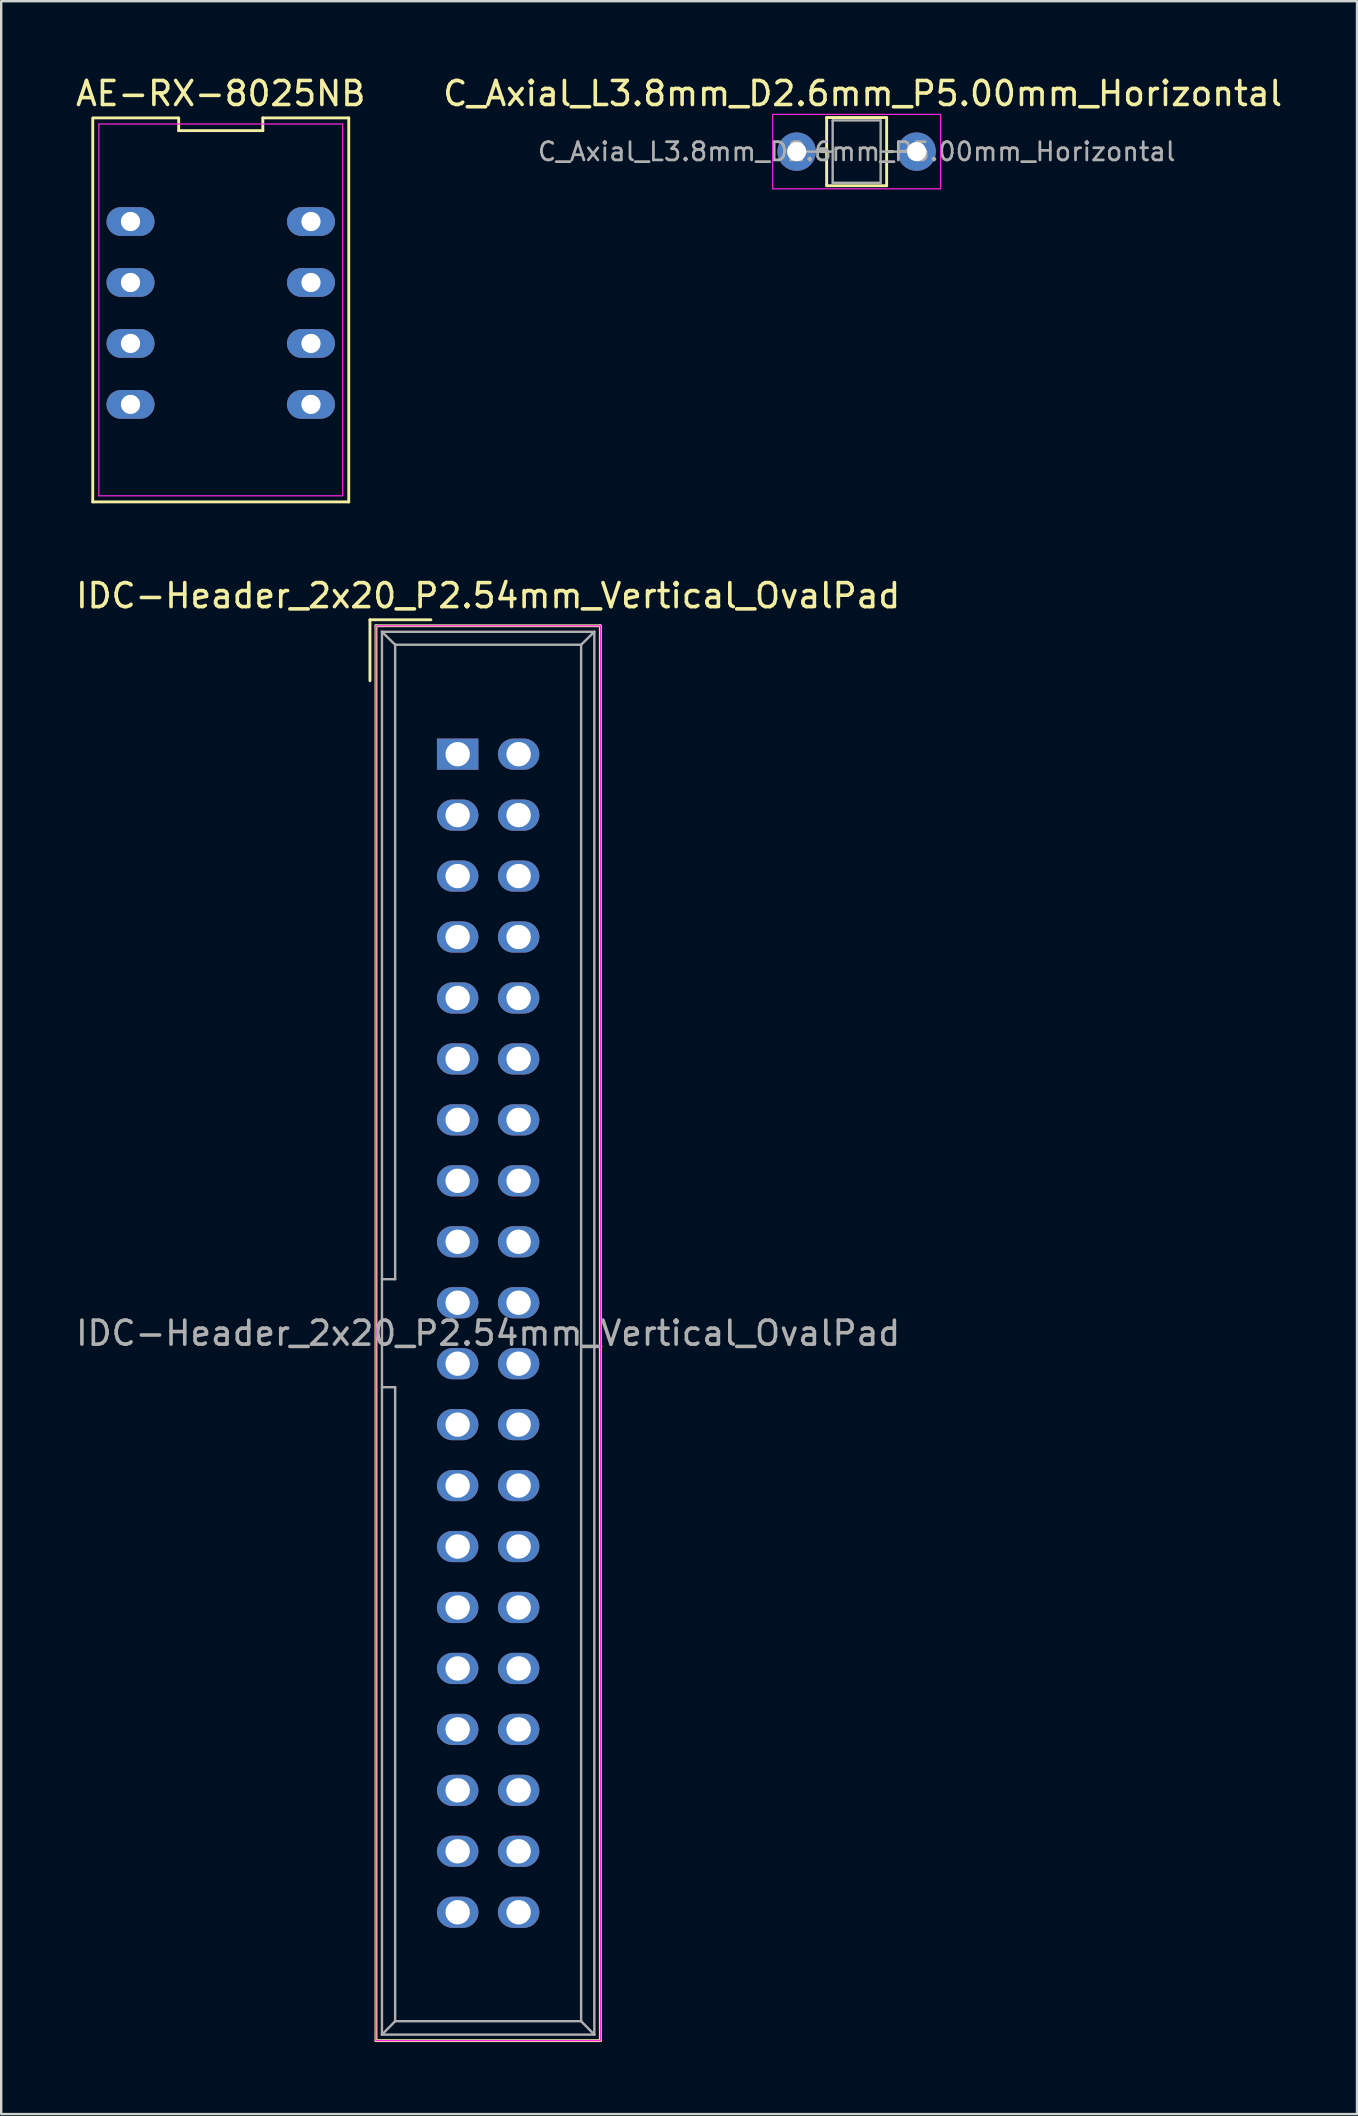
<source format=kicad_pcb>
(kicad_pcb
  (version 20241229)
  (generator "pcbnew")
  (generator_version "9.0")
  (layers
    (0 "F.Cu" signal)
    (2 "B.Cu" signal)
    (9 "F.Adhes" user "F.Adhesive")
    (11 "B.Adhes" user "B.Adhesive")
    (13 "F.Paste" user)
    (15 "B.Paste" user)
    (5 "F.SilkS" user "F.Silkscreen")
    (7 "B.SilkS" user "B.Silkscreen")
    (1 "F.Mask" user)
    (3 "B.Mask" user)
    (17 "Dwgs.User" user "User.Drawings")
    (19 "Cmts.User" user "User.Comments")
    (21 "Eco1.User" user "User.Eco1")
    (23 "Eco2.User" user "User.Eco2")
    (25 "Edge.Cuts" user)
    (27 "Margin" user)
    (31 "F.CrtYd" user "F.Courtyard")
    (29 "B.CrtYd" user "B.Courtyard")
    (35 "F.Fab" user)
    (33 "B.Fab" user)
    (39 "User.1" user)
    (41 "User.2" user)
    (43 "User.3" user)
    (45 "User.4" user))
  (footprint "IDC-Header_2x20_P2.54mm_Vertical_OvalPad"
    (layer "F.Cu")
    (at 16.022 28.378)
    (property "Reference" "IDC-Header_2x20_P2.54mm_Vertical_OvalPad" (at 1.27 -6.604 0) (layer "F.SilkS") (effects (font (size 1 1) (thickness 0.15))))
    (attr through_hole)
    (fp_line (start -3.655 -5.6) (end -3.655 -3.06) (stroke (width 0.12) (type solid)) (layer "F.SilkS"))
    (fp_line (start -3.655 -5.6) (end -1.115 -5.6) (stroke (width 0.12) (type solid)) (layer "F.SilkS"))
    (fp_line (start -3.405 -5.35) (end 5.945 -5.35) (stroke (width 0.12) (type solid)) (layer "F.SilkS"))
    (fp_line (start -3.405 53.61) (end -3.405 -5.35) (stroke (width 0.12) (type solid)) (layer "F.SilkS"))
    (fp_line (start 5.945 -5.35) (end 5.945 53.61) (stroke (width 0.12) (type solid)) (layer "F.SilkS"))
    (fp_line (start 5.945 53.61) (end -3.405 53.61) (stroke (width 0.12) (type solid)) (layer "F.SilkS"))
    (fp_line (start -3.41 -5.35) (end 5.95 -5.35) (stroke (width 0.05) (type solid)) (layer "F.CrtYd"))
    (fp_line (start -3.41 53.61) (end -3.41 -5.35) (stroke (width 0.05) (type solid)) (layer "F.CrtYd"))
    (fp_line (start 5.95 -5.35) (end 5.95 53.61) (stroke (width 0.05) (type solid)) (layer "F.CrtYd"))
    (fp_line (start 5.95 53.61) (end -3.41 53.61) (stroke (width 0.05) (type solid)) (layer "F.CrtYd"))
    (fp_line (start -3.155 -5.1) (end -3.155 53.36) (stroke (width 0.1) (type solid)) (layer "F.Fab"))
    (fp_line (start -3.155 -5.1) (end -2.605 -4.56) (stroke (width 0.1) (type solid)) (layer "F.Fab"))
    (fp_line (start -3.155 53.36) (end -2.605 52.8) (stroke (width 0.1) (type solid)) (layer "F.Fab"))
    (fp_line (start -2.605 -4.56) (end -2.605 21.88) (stroke (width 0.1) (type solid)) (layer "F.Fab"))
    (fp_line (start -2.605 21.88) (end -3.155 21.88) (stroke (width 0.1) (type solid)) (layer "F.Fab"))
    (fp_line (start -2.605 26.38) (end -3.155 26.38) (stroke (width 0.1) (type solid)) (layer "F.Fab"))
    (fp_line (start -2.605 26.38) (end -2.605 52.8) (stroke (width 0.1) (type solid)) (layer "F.Fab"))
    (fp_line (start 5.145 -4.56) (end -2.605 -4.56) (stroke (width 0.1) (type solid)) (layer "F.Fab"))
    (fp_line (start 5.145 -4.56) (end 5.145 52.8) (stroke (width 0.1) (type solid)) (layer "F.Fab"))
    (fp_line (start 5.145 52.8) (end -2.605 52.8) (stroke (width 0.1) (type solid)) (layer "F.Fab"))
    (fp_line (start 5.695 -5.1) (end -3.155 -5.1) (stroke (width 0.1) (type solid)) (layer "F.Fab"))
    (fp_line (start 5.695 -5.1) (end 5.145 -4.56) (stroke (width 0.1) (type solid)) (layer "F.Fab"))
    (fp_line (start 5.695 -5.1) (end 5.695 53.36) (stroke (width 0.1) (type solid)) (layer "F.Fab"))
    (fp_line (start 5.695 53.36) (end -3.155 53.36) (stroke (width 0.1) (type solid)) (layer "F.Fab"))
    (fp_line (start 5.695 53.36) (end 5.145 52.8) (stroke (width 0.1) (type solid)) (layer "F.Fab"))
    (fp_text user "${REFERENCE}" (at 1.27 24.13 0) (layer "F.Fab") (effects (font (size 1 1) (thickness 0.15))))
    (pad "1" thru_hole rect (at 0 0) (size 1.727 1.3) (drill 1.016) (layers "*.Cu" "*.Mask"))
    (pad "2" thru_hole oval (at 2.54 0) (size 1.727 1.3) (drill 1.016) (layers "*.Cu" "*.Mask"))
    (pad "3" thru_hole oval (at 0 2.54) (size 1.727 1.3) (drill 1.016) (layers "*.Cu" "*.Mask"))
    (pad "4" thru_hole oval (at 2.54 2.54) (size 1.727 1.3) (drill 1.016) (layers "*.Cu" "*.Mask"))
    (pad "5" thru_hole oval (at 0 5.08) (size 1.727 1.3) (drill 1.016) (layers "*.Cu" "*.Mask"))
    (pad "6" thru_hole oval (at 2.54 5.08) (size 1.727 1.3) (drill 1.016) (layers "*.Cu" "*.Mask"))
    (pad "7" thru_hole oval (at 0 7.62) (size 1.727 1.3) (drill 1.016) (layers "*.Cu" "*.Mask"))
    (pad "8" thru_hole oval (at 2.54 7.62) (size 1.727 1.3) (drill 1.016) (layers "*.Cu" "*.Mask"))
    (pad "9" thru_hole oval (at 0 10.16) (size 1.727 1.3) (drill 1.016) (layers "*.Cu" "*.Mask"))
    (pad "10" thru_hole oval (at 2.54 10.16) (size 1.727 1.3) (drill 1.016) (layers "*.Cu" "*.Mask"))
    (pad "11" thru_hole oval (at 0 12.7) (size 1.727 1.3) (drill 1.016) (layers "*.Cu" "*.Mask"))
    (pad "12" thru_hole oval (at 2.54 12.7) (size 1.727 1.3) (drill 1.016) (layers "*.Cu" "*.Mask"))
    (pad "13" thru_hole oval (at 0 15.24) (size 1.727 1.3) (drill 1.016) (layers "*.Cu" "*.Mask"))
    (pad "14" thru_hole oval (at 2.54 15.24) (size 1.727 1.3) (drill 1.016) (layers "*.Cu" "*.Mask"))
    (pad "15" thru_hole oval (at 0 17.78) (size 1.727 1.3) (drill 1.016) (layers "*.Cu" "*.Mask"))
    (pad "16" thru_hole oval (at 2.54 17.78) (size 1.727 1.3) (drill 1.016) (layers "*.Cu" "*.Mask"))
    (pad "17" thru_hole oval (at 0 20.32) (size 1.727 1.3) (drill 1.016) (layers "*.Cu" "*.Mask"))
    (pad "18" thru_hole oval (at 2.54 20.32) (size 1.727 1.3) (drill 1.016) (layers "*.Cu" "*.Mask"))
    (pad "19" thru_hole oval (at 0 22.86) (size 1.727 1.3) (drill 1.016) (layers "*.Cu" "*.Mask"))
    (pad "20" thru_hole oval (at 2.54 22.86) (size 1.727 1.3) (drill 1.016) (layers "*.Cu" "*.Mask"))
    (pad "21" thru_hole oval (at 0 25.4) (size 1.727 1.3) (drill 1.016) (layers "*.Cu" "*.Mask"))
    (pad "22" thru_hole oval (at 2.54 25.4) (size 1.727 1.3) (drill 1.016) (layers "*.Cu" "*.Mask"))
    (pad "23" thru_hole oval (at 0 27.94) (size 1.727 1.3) (drill 1.016) (layers "*.Cu" "*.Mask"))
    (pad "24" thru_hole oval (at 2.54 27.94) (size 1.727 1.3) (drill 1.016) (layers "*.Cu" "*.Mask"))
    (pad "25" thru_hole oval (at 0 30.48) (size 1.727 1.3) (drill 1.016) (layers "*.Cu" "*.Mask"))
    (pad "26" thru_hole oval (at 2.54 30.48) (size 1.727 1.3) (drill 1.016) (layers "*.Cu" "*.Mask"))
    (pad "27" thru_hole oval (at 0 33.02) (size 1.727 1.3) (drill 1.016) (layers "*.Cu" "*.Mask"))
    (pad "28" thru_hole oval (at 2.54 33.02) (size 1.727 1.3) (drill 1.016) (layers "*.Cu" "*.Mask"))
    (pad "29" thru_hole oval (at 0 35.56) (size 1.727 1.3) (drill 1.016) (layers "*.Cu" "*.Mask"))
    (pad "30" thru_hole oval (at 2.54 35.56) (size 1.727 1.3) (drill 1.016) (layers "*.Cu" "*.Mask"))
    (pad "31" thru_hole oval (at 0 38.1) (size 1.727 1.3) (drill 1.016) (layers "*.Cu" "*.Mask"))
    (pad "32" thru_hole oval (at 2.54 38.1) (size 1.727 1.3) (drill 1.016) (layers "*.Cu" "*.Mask"))
    (pad "33" thru_hole oval (at 0 40.64) (size 1.727 1.3) (drill 1.016) (layers "*.Cu" "*.Mask"))
    (pad "34" thru_hole oval (at 2.54 40.64) (size 1.727 1.3) (drill 1.016) (layers "*.Cu" "*.Mask"))
    (pad "35" thru_hole oval (at 0 43.18) (size 1.727 1.3) (drill 1.016) (layers "*.Cu" "*.Mask"))
    (pad "36" thru_hole oval (at 2.54 43.18) (size 1.727 1.3) (drill 1.016) (layers "*.Cu" "*.Mask"))
    (pad "37" thru_hole oval (at 0 45.72) (size 1.727 1.3) (drill 1.016) (layers "*.Cu" "*.Mask"))
    (pad "38" thru_hole oval (at 2.54 45.72) (size 1.727 1.3) (drill 1.016) (layers "*.Cu" "*.Mask"))
    (pad "39" thru_hole oval (at 0 48.26) (size 1.727 1.3) (drill 1.016) (layers "*.Cu" "*.Mask"))
    (pad "40" thru_hole oval (at 2.54 48.26) (size 1.727 1.3) (drill 1.016) (layers "*.Cu" "*.Mask")))
  (footprint "C_Axial_L3.8mm_D2.6mm_P5.00mm_Horizontal"
    (layer "F.Cu")
    (at 30.149 3.268)
    (property "Reference" "C_Axial_L3.8mm_D2.6mm_P5.00mm_Horizontal" (at 2.75 -2.42 0) (layer "F.SilkS") (effects (font (size 1 1) (thickness 0.15))))
    (attr through_hole)
    (fp_line (start 1.04 0) (end 1.25 0) (stroke (width 0.12) (type solid)) (layer "F.SilkS"))
    (fp_line (start 1.25 -1.42) (end 1.25 1.42) (stroke (width 0.12) (type solid)) (layer "F.SilkS"))
    (fp_line (start 1.25 1.42) (end 3.75 1.42) (stroke (width 0.12) (type solid)) (layer "F.SilkS"))
    (fp_line (start 3.75 -1.42) (end 1.25 -1.42) (stroke (width 0.12) (type solid)) (layer "F.SilkS"))
    (fp_line (start 3.75 1.42) (end 3.75 -1.42) (stroke (width 0.12) (type solid)) (layer "F.SilkS"))
    (fp_line (start 4 0) (end 3.75 0) (stroke (width 0.12) (type solid)) (layer "F.SilkS"))
    (fp_line (start -1 -1.55) (end -1 1.55) (stroke (width 0.05) (type solid)) (layer "F.CrtYd"))
    (fp_line (start -1 1.55) (end 6 1.55) (stroke (width 0.05) (type solid)) (layer "F.CrtYd"))
    (fp_line (start 6 -1.55) (end -1 -1.55) (stroke (width 0.05) (type solid)) (layer "F.CrtYd"))
    (fp_line (start 6 1.55) (end 6 -1.55) (stroke (width 0.05) (type solid)) (layer "F.CrtYd"))
    (fp_line (start 0 0) (end 1.5 0) (stroke (width 0.1) (type solid)) (layer "F.Fab"))
    (fp_line (start 1.5 -1.3) (end 1.5 1.3) (stroke (width 0.1) (type solid)) (layer "F.Fab"))
    (fp_line (start 1.5 1.3) (end 3.5 1.3) (stroke (width 0.1) (type solid)) (layer "F.Fab"))
    (fp_line (start 3.5 -1.3) (end 1.5 -1.3) (stroke (width 0.1) (type solid)) (layer "F.Fab"))
    (fp_line (start 3.5 1.3) (end 3.5 -1.3) (stroke (width 0.1) (type solid)) (layer "F.Fab"))
    (fp_line (start 5 0) (end 3.5 0) (stroke (width 0.1) (type solid)) (layer "F.Fab"))
    (fp_text user "${REFERENCE}" (at 2.5 0 0) (layer "F.Fab") (effects (font (size 0.76 0.76) (thickness 0.114))))
    (pad "1" thru_hole circle (at 0 0) (size 1.6 1.6) (drill 0.8) (layers "*.Cu" "*.Mask"))
    (pad "2" thru_hole oval (at 5 0) (size 1.6 1.6) (drill 0.8) (layers "*.Cu" "*.Mask")))
  (footprint "AE-RX-8025NB"
    (layer "F.Cu")
    (at 6.149 9.992)
    (property "Reference" "AE-RX-8025NB" (at 0 -9.144 0) (layer "F.SilkS") (effects (font (size 1 1) (thickness 0.15))))
    (attr through_hole)
    (fp_line (start -5.334 -8.128) (end -5.334 7.874) (stroke (width 0.12) (type solid)) (layer "F.SilkS"))
    (fp_line (start -5.334 7.874) (end 5.334 7.874) (stroke (width 0.12) (type solid)) (layer "F.SilkS"))
    (fp_line (start -1.778 -8.128) (end -5.285 -8.128) (stroke (width 0.12) (type solid)) (layer "F.SilkS"))
    (fp_line (start -1.753 -7.598) (end -1.753 -8.128) (stroke (width 0.12) (type solid)) (layer "F.SilkS"))
    (fp_line (start 1.753 -8.128) (end 1.753 -7.598) (stroke (width 0.12) (type solid)) (layer "F.SilkS"))
    (fp_line (start 1.753 -7.598) (end -1.753 -7.598) (stroke (width 0.12) (type solid)) (layer "F.SilkS"))
    (fp_line (start 5.334 -8.128) (end 1.753 -8.128) (stroke (width 0.12) (type solid)) (layer "F.SilkS"))
    (fp_line (start 5.334 7.874) (end 5.334 -8.128) (stroke (width 0.12) (type solid)) (layer "F.SilkS"))
    (fp_line (start -5.08 -7.874) (end 5.08 -7.874) (stroke (width 0.05) (type solid)) (layer "F.CrtYd"))
    (fp_line (start -5.08 7.62) (end -5.08 -7.874) (stroke (width 0.05) (type solid)) (layer "F.CrtYd"))
    (fp_line (start 5.08 -7.874) (end 5.08 7.62) (stroke (width 0.05) (type solid)) (layer "F.CrtYd"))
    (fp_line (start 5.08 7.62) (end -5.08 7.62) (stroke (width 0.05) (type solid)) (layer "F.CrtYd"))
    (pad "1" thru_hole oval (at -3.76 -3.81 270) (size 1.2 2) (drill 0.8) (layers "*.Cu" "*.Mask"))
    (pad "2" thru_hole oval (at -3.76 -1.27 270) (size 1.2 2) (drill 0.8) (layers "*.Cu" "*.Mask"))
    (pad "3" thru_hole oval (at -3.76 1.27 270) (size 1.2 2) (drill 0.8) (layers "*.Cu" "*.Mask"))
    (pad "4" thru_hole oval (at -3.76 3.81 270) (size 1.2 2) (drill 0.8) (layers "*.Cu" "*.Mask"))
    (pad "5" thru_hole oval (at 3.76 3.81 270) (size 1.2 2) (drill 0.8) (layers "*.Cu" "*.Mask"))
    (pad "6" thru_hole oval (at 3.76 1.27 270) (size 1.2 2) (drill 0.8) (layers "*.Cu" "*.Mask"))
    (pad "7" thru_hole oval (at 3.76 -1.27 270) (size 1.2 2) (drill 0.8) (layers "*.Cu" "*.Mask"))
    (pad "8" thru_hole oval (at 3.76 -3.81 270) (size 1.2 2) (drill 0.8) (layers "*.Cu" "*.Mask")))
  (gr_rect
    (start -3 -3)
    (end 53.5 85.049)
    (stroke (width 0.1) (type default))
    (fill no)
    (layer "Edge.Cuts")))
</source>
